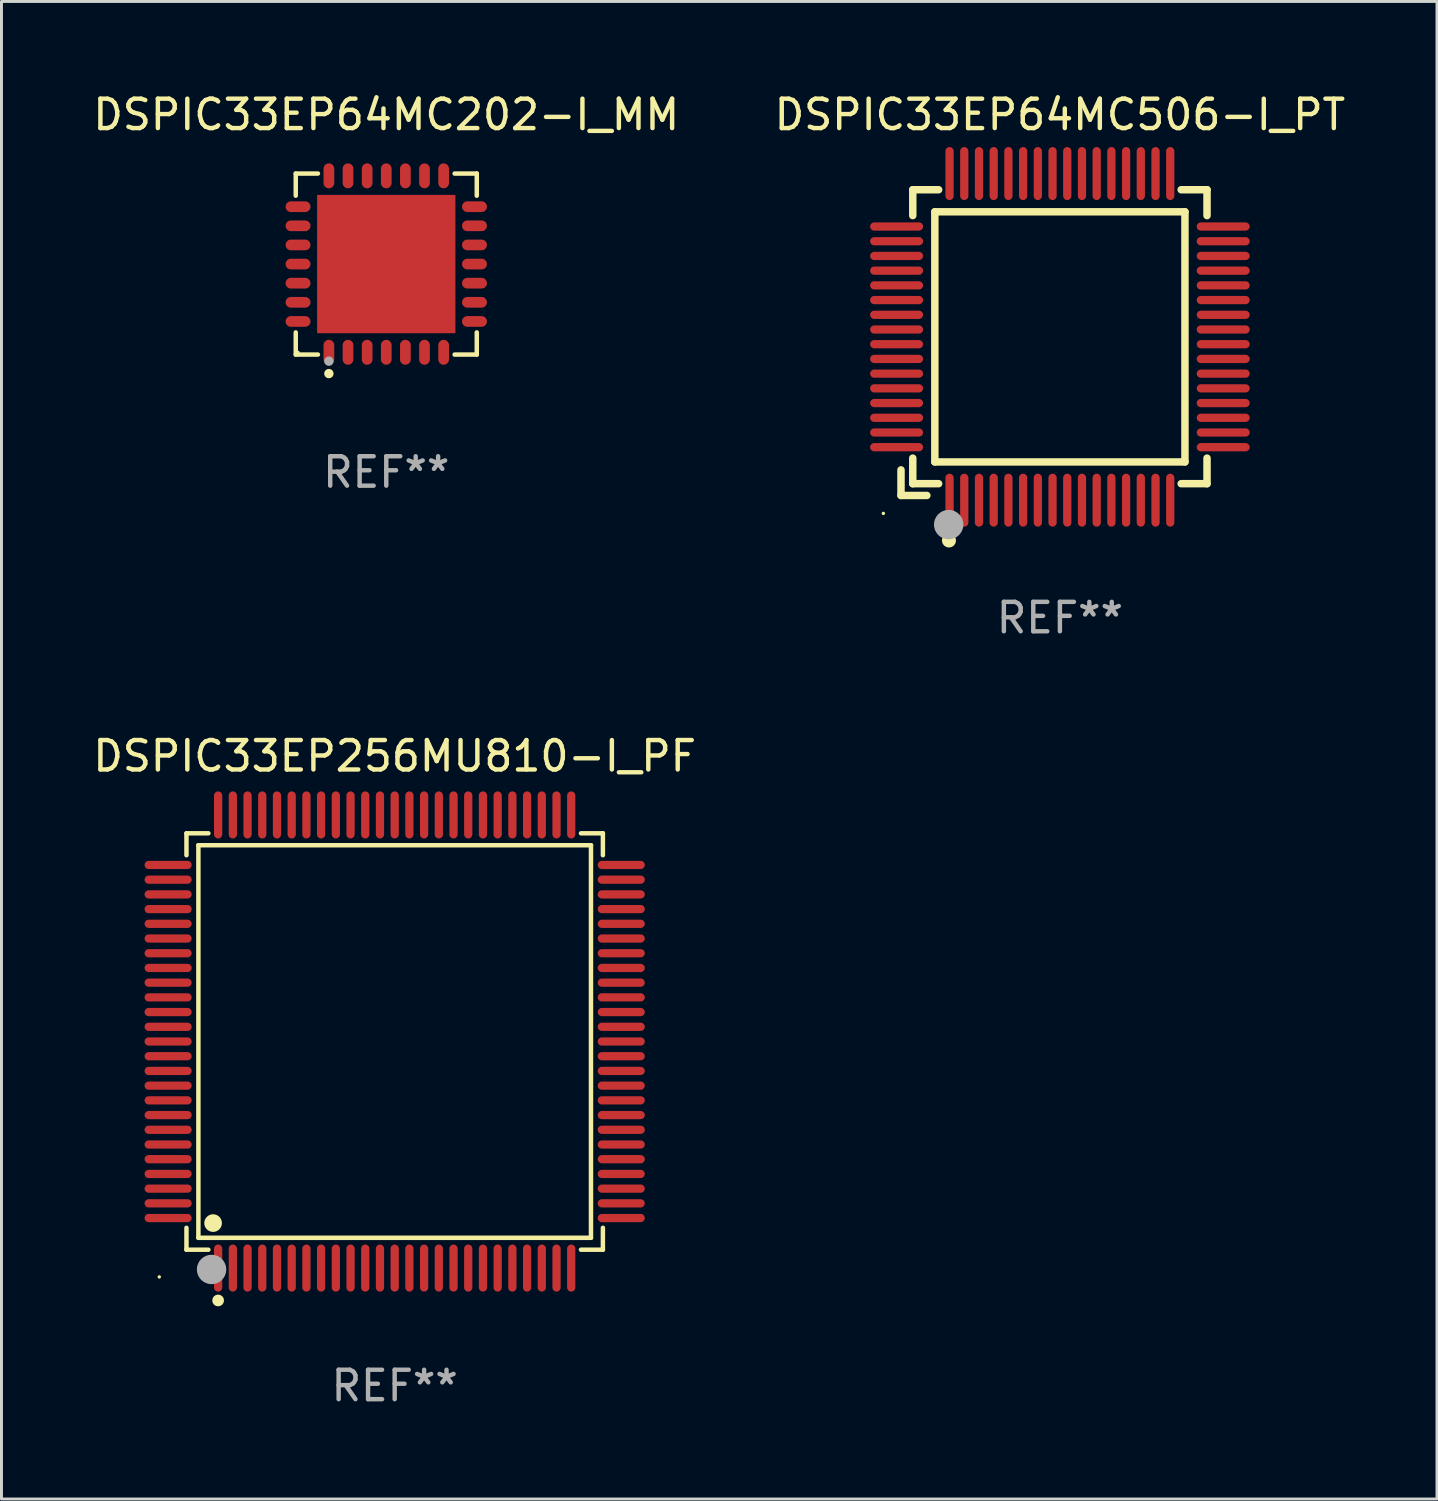
<source format=kicad_pcb>
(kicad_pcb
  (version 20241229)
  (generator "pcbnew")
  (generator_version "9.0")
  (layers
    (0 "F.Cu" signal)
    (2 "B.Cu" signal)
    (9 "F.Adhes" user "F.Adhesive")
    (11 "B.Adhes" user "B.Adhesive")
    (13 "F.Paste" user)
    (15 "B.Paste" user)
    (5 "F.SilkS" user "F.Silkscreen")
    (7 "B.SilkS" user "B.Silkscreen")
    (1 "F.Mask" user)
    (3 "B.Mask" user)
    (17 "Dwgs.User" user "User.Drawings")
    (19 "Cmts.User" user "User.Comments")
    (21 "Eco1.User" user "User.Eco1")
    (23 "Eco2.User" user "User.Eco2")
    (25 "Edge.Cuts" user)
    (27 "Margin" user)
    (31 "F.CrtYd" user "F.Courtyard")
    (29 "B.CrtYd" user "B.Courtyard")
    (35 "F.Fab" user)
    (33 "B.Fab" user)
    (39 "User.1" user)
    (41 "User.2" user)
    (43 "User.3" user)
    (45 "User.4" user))
  (footprint "DSPIC33EP64MC202-I_MM"
    (layer "F.Cu")
    (at 10.077 5.924)
    (property "Reference" "DSPIC33EP64MC202-I_MM" (at 0 -5.076 0) (layer "F.SilkS") (effects (font (size 1 1) (thickness 0.15))))
    (attr through_hole)
    (fp_line (start -3.076 -3.076) (end -2.323 -3.076) (stroke (width 0.152) (type solid)) (layer "F.SilkS"))
    (fp_line (start -3.076 -2.323) (end -3.076 -3.076) (stroke (width 0.152) (type solid)) (layer "F.SilkS"))
    (fp_line (start -3.076 2.323) (end -3.076 3.076) (stroke (width 0.152) (type solid)) (layer "F.SilkS"))
    (fp_line (start -3.076 3.076) (end -2.323 3.076) (stroke (width 0.152) (type solid)) (layer "F.SilkS"))
    (fp_line (start 3.076 -3.076) (end 2.323 -3.076) (stroke (width 0.152) (type solid)) (layer "F.SilkS"))
    (fp_line (start 3.076 -2.323) (end 3.076 -3.076) (stroke (width 0.152) (type solid)) (layer "F.SilkS"))
    (fp_line (start 3.076 2.323) (end 3.076 3.076) (stroke (width 0.152) (type solid)) (layer "F.SilkS"))
    (fp_line (start 3.076 3.076) (end 2.323 3.076) (stroke (width 0.152) (type solid)) (layer "F.SilkS"))
    (fp_circle (center -3 3) (end -2.97 3) (stroke (width 0.06) (type solid)) (fill no) (layer "F.SilkS"))
    (fp_circle (center -1.95 3.722) (end -1.87 3.722) (stroke (width 0.16) (type solid)) (fill no) (layer "F.SilkS"))
    (fp_circle (center -1.95 3.3) (end -1.87 3.3) (stroke (width 0.16) (type solid)) (fill no) (layer "F.Fab"))
    (fp_text user "REF**" (at 0 7.076 0) (layer "F.Fab") (effects (font (size 1 1) (thickness 0.15))))
    (pad "1" smd oval (at -1.95 2.998) (size 0.364 0.847) (layers "F.Cu" "F.Mask" "F.Paste"))
    (pad "2" smd oval (at -1.3 2.998) (size 0.364 0.847) (layers "F.Cu" "F.Mask" "F.Paste"))
    (pad "3" smd oval (at -0.65 2.998) (size 0.364 0.847) (layers "F.Cu" "F.Mask" "F.Paste"))
    (pad "4" smd oval (at 0 2.998) (size 0.364 0.847) (layers "F.Cu" "F.Mask" "F.Paste"))
    (pad "5" smd oval (at 0.65 2.998) (size 0.364 0.847) (layers "F.Cu" "F.Mask" "F.Paste"))
    (pad "6" smd oval (at 1.3 2.998) (size 0.364 0.847) (layers "F.Cu" "F.Mask" "F.Paste"))
    (pad "7" smd oval (at 1.95 2.998) (size 0.364 0.847) (layers "F.Cu" "F.Mask" "F.Paste"))
    (pad "8" smd oval (at 2.998 1.95) (size 0.847 0.364) (layers "F.Cu" "F.Mask" "F.Paste"))
    (pad "9" smd oval (at 2.998 1.3) (size 0.847 0.364) (layers "F.Cu" "F.Mask" "F.Paste"))
    (pad "10" smd oval (at 2.998 0.65) (size 0.847 0.364) (layers "F.Cu" "F.Mask" "F.Paste"))
    (pad "11" smd oval (at 2.998 0) (size 0.847 0.364) (layers "F.Cu" "F.Mask" "F.Paste"))
    (pad "12" smd oval (at 2.998 -0.65) (size 0.847 0.364) (layers "F.Cu" "F.Mask" "F.Paste"))
    (pad "13" smd oval (at 2.998 -1.3) (size 0.847 0.364) (layers "F.Cu" "F.Mask" "F.Paste"))
    (pad "14" smd oval (at 2.998 -1.95) (size 0.847 0.364) (layers "F.Cu" "F.Mask" "F.Paste"))
    (pad "15" smd oval (at 1.95 -2.998) (size 0.364 0.847) (layers "F.Cu" "F.Mask" "F.Paste"))
    (pad "16" smd oval (at 1.3 -2.998) (size 0.364 0.847) (layers "F.Cu" "F.Mask" "F.Paste"))
    (pad "17" smd oval (at 0.65 -2.998) (size 0.364 0.847) (layers "F.Cu" "F.Mask" "F.Paste"))
    (pad "18" smd oval (at 0 -2.998) (size 0.364 0.847) (layers "F.Cu" "F.Mask" "F.Paste"))
    (pad "19" smd oval (at -0.65 -2.998) (size 0.364 0.847) (layers "F.Cu" "F.Mask" "F.Paste"))
    (pad "20" smd oval (at -1.3 -2.998) (size 0.364 0.847) (layers "F.Cu" "F.Mask" "F.Paste"))
    (pad "21" smd oval (at -1.95 -2.998) (size 0.364 0.847) (layers "F.Cu" "F.Mask" "F.Paste"))
    (pad "22" smd oval (at -2.998 -1.95) (size 0.847 0.364) (layers "F.Cu" "F.Mask" "F.Paste"))
    (pad "23" smd oval (at -2.998 -1.3) (size 0.847 0.364) (layers "F.Cu" "F.Mask" "F.Paste"))
    (pad "24" smd oval (at -2.998 -0.65) (size 0.847 0.364) (layers "F.Cu" "F.Mask" "F.Paste"))
    (pad "25" smd oval (at -2.998 0) (size 0.847 0.364) (layers "F.Cu" "F.Mask" "F.Paste"))
    (pad "26" smd oval (at -2.998 0.65) (size 0.847 0.364) (layers "F.Cu" "F.Mask" "F.Paste"))
    (pad "27" smd oval (at -2.998 1.3) (size 0.847 0.364) (layers "F.Cu" "F.Mask" "F.Paste"))
    (pad "28" smd oval (at -2.998 1.95) (size 0.847 0.364) (layers "F.Cu" "F.Mask" "F.Paste"))
    (pad "29" smd rect (at 0 0) (size 4.7 4.7) (layers "F.Cu" "F.Mask" "F.Paste")))
  (footprint "DSPIC33EP256MU810-I_PF"
    (layer "F.Cu")
    (at 10.363 32.345)
    (property "Reference" "DSPIC33EP256MU810-I_PF" (at 0 -9.7 0) (layer "F.SilkS") (effects (font (size 1 1) (thickness 0.15))))
    (attr through_hole)
    (fp_line (start -7.076 -7.076) (end -6.331 -7.076) (stroke (width 0.152) (type solid)) (layer "F.SilkS"))
    (fp_line (start -7.076 -6.331) (end -7.076 -7.076) (stroke (width 0.152) (type solid)) (layer "F.SilkS"))
    (fp_line (start -7.076 6.331) (end -7.076 7.076) (stroke (width 0.152) (type solid)) (layer "F.SilkS"))
    (fp_line (start -7.076 7.076) (end -6.331 7.076) (stroke (width 0.152) (type solid)) (layer "F.SilkS"))
    (fp_line (start -6.671 -6.671) (end 6.671 -6.671) (stroke (width 0.152) (type solid)) (layer "F.SilkS"))
    (fp_line (start -6.671 6.671) (end -6.671 -6.671) (stroke (width 0.152) (type solid)) (layer "F.SilkS"))
    (fp_line (start 6.671 -6.671) (end 6.671 6.671) (stroke (width 0.152) (type solid)) (layer "F.SilkS"))
    (fp_line (start 6.671 6.671) (end -6.671 6.671) (stroke (width 0.152) (type solid)) (layer "F.SilkS"))
    (fp_line (start 7.076 -7.076) (end 6.331 -7.076) (stroke (width 0.152) (type solid)) (layer "F.SilkS"))
    (fp_line (start 7.076 -6.331) (end 7.076 -7.076) (stroke (width 0.152) (type solid)) (layer "F.SilkS"))
    (fp_line (start 7.076 6.331) (end 7.076 7.076) (stroke (width 0.152) (type solid)) (layer "F.SilkS"))
    (fp_line (start 7.076 7.076) (end 6.331 7.076) (stroke (width 0.152) (type solid)) (layer "F.SilkS"))
    (fp_circle (center -8 8) (end -7.97 8) (stroke (width 0.06) (type solid)) (fill no) (layer "F.SilkS"))
    (fp_circle (center -6.171 6.171) (end -6.021 6.171) (stroke (width 0.3) (type solid)) (fill no) (layer "F.SilkS"))
    (fp_circle (center -6 8.8) (end -5.9 8.8) (stroke (width 0.2) (type solid)) (fill no) (layer "F.SilkS"))
    (fp_circle (center -6.223 7.747) (end -5.973 7.747) (stroke (width 0.5) (type solid)) (fill no) (layer "F.Fab"))
    (fp_text user "REF**" (at 0 11.7 0) (layer "F.Fab") (effects (font (size 1 1) (thickness 0.15))))
    (pad "1" smd oval (at -6 7.7) (size 0.28 1.6) (layers "F.Cu" "F.Mask" "F.Paste"))
    (pad "2" smd oval (at -5.5 7.7) (size 0.28 1.6) (layers "F.Cu" "F.Mask" "F.Paste"))
    (pad "3" smd oval (at -5 7.7) (size 0.28 1.6) (layers "F.Cu" "F.Mask" "F.Paste"))
    (pad "4" smd oval (at -4.5 7.7) (size 0.28 1.6) (layers "F.Cu" "F.Mask" "F.Paste"))
    (pad "5" smd oval (at -4 7.7) (size 0.28 1.6) (layers "F.Cu" "F.Mask" "F.Paste"))
    (pad "6" smd oval (at -3.5 7.7) (size 0.28 1.6) (layers "F.Cu" "F.Mask" "F.Paste"))
    (pad "7" smd oval (at -3 7.7) (size 0.28 1.6) (layers "F.Cu" "F.Mask" "F.Paste"))
    (pad "8" smd oval (at -2.5 7.7) (size 0.28 1.6) (layers "F.Cu" "F.Mask" "F.Paste"))
    (pad "9" smd oval (at -2 7.7) (size 0.28 1.6) (layers "F.Cu" "F.Mask" "F.Paste"))
    (pad "10" smd oval (at -1.5 7.7) (size 0.28 1.6) (layers "F.Cu" "F.Mask" "F.Paste"))
    (pad "11" smd oval (at -1 7.7) (size 0.28 1.6) (layers "F.Cu" "F.Mask" "F.Paste"))
    (pad "12" smd oval (at -0.5 7.7) (size 0.28 1.6) (layers "F.Cu" "F.Mask" "F.Paste"))
    (pad "13" smd oval (at 0 7.7) (size 0.28 1.6) (layers "F.Cu" "F.Mask" "F.Paste"))
    (pad "14" smd oval (at 0.5 7.7) (size 0.28 1.6) (layers "F.Cu" "F.Mask" "F.Paste"))
    (pad "15" smd oval (at 1 7.7) (size 0.28 1.6) (layers "F.Cu" "F.Mask" "F.Paste"))
    (pad "16" smd oval (at 1.5 7.7) (size 0.28 1.6) (layers "F.Cu" "F.Mask" "F.Paste"))
    (pad "17" smd oval (at 2 7.7) (size 0.28 1.6) (layers "F.Cu" "F.Mask" "F.Paste"))
    (pad "18" smd oval (at 2.5 7.7) (size 0.28 1.6) (layers "F.Cu" "F.Mask" "F.Paste"))
    (pad "19" smd oval (at 3 7.7) (size 0.28 1.6) (layers "F.Cu" "F.Mask" "F.Paste"))
    (pad "20" smd oval (at 3.5 7.7) (size 0.28 1.6) (layers "F.Cu" "F.Mask" "F.Paste"))
    (pad "21" smd oval (at 4 7.7) (size 0.28 1.6) (layers "F.Cu" "F.Mask" "F.Paste"))
    (pad "22" smd oval (at 4.5 7.7) (size 0.28 1.6) (layers "F.Cu" "F.Mask" "F.Paste"))
    (pad "23" smd oval (at 5 7.7) (size 0.28 1.6) (layers "F.Cu" "F.Mask" "F.Paste"))
    (pad "24" smd oval (at 5.5 7.7) (size 0.28 1.6) (layers "F.Cu" "F.Mask" "F.Paste"))
    (pad "25" smd oval (at 6 7.7) (size 0.28 1.6) (layers "F.Cu" "F.Mask" "F.Paste"))
    (pad "26" smd oval (at 7.7 6) (size 1.6 0.28) (layers "F.Cu" "F.Mask" "F.Paste"))
    (pad "27" smd oval (at 7.7 5.5) (size 1.6 0.28) (layers "F.Cu" "F.Mask" "F.Paste"))
    (pad "28" smd oval (at 7.7 5) (size 1.6 0.28) (layers "F.Cu" "F.Mask" "F.Paste"))
    (pad "29" smd oval (at 7.7 4.5) (size 1.6 0.28) (layers "F.Cu" "F.Mask" "F.Paste"))
    (pad "30" smd oval (at 7.7 4) (size 1.6 0.28) (layers "F.Cu" "F.Mask" "F.Paste"))
    (pad "31" smd oval (at 7.7 3.5) (size 1.6 0.28) (layers "F.Cu" "F.Mask" "F.Paste"))
    (pad "32" smd oval (at 7.7 3) (size 1.6 0.28) (layers "F.Cu" "F.Mask" "F.Paste"))
    (pad "33" smd oval (at 7.7 2.5) (size 1.6 0.28) (layers "F.Cu" "F.Mask" "F.Paste"))
    (pad "34" smd oval (at 7.7 2) (size 1.6 0.28) (layers "F.Cu" "F.Mask" "F.Paste"))
    (pad "35" smd oval (at 7.7 1.5) (size 1.6 0.28) (layers "F.Cu" "F.Mask" "F.Paste"))
    (pad "36" smd oval (at 7.7 1) (size 1.6 0.28) (layers "F.Cu" "F.Mask" "F.Paste"))
    (pad "37" smd oval (at 7.7 0.5) (size 1.6 0.28) (layers "F.Cu" "F.Mask" "F.Paste"))
    (pad "38" smd oval (at 7.7 0) (size 1.6 0.28) (layers "F.Cu" "F.Mask" "F.Paste"))
    (pad "39" smd oval (at 7.7 -0.5) (size 1.6 0.28) (layers "F.Cu" "F.Mask" "F.Paste"))
    (pad "40" smd oval (at 7.7 -1) (size 1.6 0.28) (layers "F.Cu" "F.Mask" "F.Paste"))
    (pad "41" smd oval (at 7.7 -1.5) (size 1.6 0.28) (layers "F.Cu" "F.Mask" "F.Paste"))
    (pad "42" smd oval (at 7.7 -2) (size 1.6 0.28) (layers "F.Cu" "F.Mask" "F.Paste"))
    (pad "43" smd oval (at 7.7 -2.5) (size 1.6 0.28) (layers "F.Cu" "F.Mask" "F.Paste"))
    (pad "44" smd oval (at 7.7 -3) (size 1.6 0.28) (layers "F.Cu" "F.Mask" "F.Paste"))
    (pad "45" smd oval (at 7.7 -3.5) (size 1.6 0.28) (layers "F.Cu" "F.Mask" "F.Paste"))
    (pad "46" smd oval (at 7.7 -4) (size 1.6 0.28) (layers "F.Cu" "F.Mask" "F.Paste"))
    (pad "47" smd oval (at 7.7 -4.5) (size 1.6 0.28) (layers "F.Cu" "F.Mask" "F.Paste"))
    (pad "48" smd oval (at 7.7 -5) (size 1.6 0.28) (layers "F.Cu" "F.Mask" "F.Paste"))
    (pad "49" smd oval (at 7.7 -5.5) (size 1.6 0.28) (layers "F.Cu" "F.Mask" "F.Paste"))
    (pad "50" smd oval (at 7.7 -6) (size 1.6 0.28) (layers "F.Cu" "F.Mask" "F.Paste"))
    (pad "51" smd oval (at 6 -7.7) (size 0.28 1.6) (layers "F.Cu" "F.Mask" "F.Paste"))
    (pad "52" smd oval (at 5.5 -7.7) (size 0.28 1.6) (layers "F.Cu" "F.Mask" "F.Paste"))
    (pad "53" smd oval (at 5 -7.7) (size 0.28 1.6) (layers "F.Cu" "F.Mask" "F.Paste"))
    (pad "54" smd oval (at 4.5 -7.7) (size 0.28 1.6) (layers "F.Cu" "F.Mask" "F.Paste"))
    (pad "55" smd oval (at 4 -7.7) (size 0.28 1.6) (layers "F.Cu" "F.Mask" "F.Paste"))
    (pad "56" smd oval (at 3.5 -7.7) (size 0.28 1.6) (layers "F.Cu" "F.Mask" "F.Paste"))
    (pad "57" smd oval (at 3 -7.7) (size 0.28 1.6) (layers "F.Cu" "F.Mask" "F.Paste"))
    (pad "58" smd oval (at 2.5 -7.7) (size 0.28 1.6) (layers "F.Cu" "F.Mask" "F.Paste"))
    (pad "59" smd oval (at 2 -7.7) (size 0.28 1.6) (layers "F.Cu" "F.Mask" "F.Paste"))
    (pad "60" smd oval (at 1.5 -7.7) (size 0.28 1.6) (layers "F.Cu" "F.Mask" "F.Paste"))
    (pad "61" smd oval (at 1 -7.7) (size 0.28 1.6) (layers "F.Cu" "F.Mask" "F.Paste"))
    (pad "62" smd oval (at 0.5 -7.7) (size 0.28 1.6) (layers "F.Cu" "F.Mask" "F.Paste"))
    (pad "63" smd oval (at 0 -7.7) (size 0.28 1.6) (layers "F.Cu" "F.Mask" "F.Paste"))
    (pad "64" smd oval (at -0.5 -7.7) (size 0.28 1.6) (layers "F.Cu" "F.Mask" "F.Paste"))
    (pad "65" smd oval (at -1 -7.7) (size 0.28 1.6) (layers "F.Cu" "F.Mask" "F.Paste"))
    (pad "66" smd oval (at -1.5 -7.7) (size 0.28 1.6) (layers "F.Cu" "F.Mask" "F.Paste"))
    (pad "67" smd oval (at -2 -7.7) (size 0.28 1.6) (layers "F.Cu" "F.Mask" "F.Paste"))
    (pad "68" smd oval (at -2.5 -7.7) (size 0.28 1.6) (layers "F.Cu" "F.Mask" "F.Paste"))
    (pad "69" smd oval (at -3 -7.7) (size 0.28 1.6) (layers "F.Cu" "F.Mask" "F.Paste"))
    (pad "70" smd oval (at -3.5 -7.7) (size 0.28 1.6) (layers "F.Cu" "F.Mask" "F.Paste"))
    (pad "71" smd oval (at -4 -7.7) (size 0.28 1.6) (layers "F.Cu" "F.Mask" "F.Paste"))
    (pad "72" smd oval (at -4.5 -7.7) (size 0.28 1.6) (layers "F.Cu" "F.Mask" "F.Paste"))
    (pad "73" smd oval (at -5 -7.7) (size 0.28 1.6) (layers "F.Cu" "F.Mask" "F.Paste"))
    (pad "74" smd oval (at -5.5 -7.7) (size 0.28 1.6) (layers "F.Cu" "F.Mask" "F.Paste"))
    (pad "75" smd oval (at -6 -7.7) (size 0.28 1.6) (layers "F.Cu" "F.Mask" "F.Paste"))
    (pad "76" smd oval (at -7.7 -6) (size 1.6 0.28) (layers "F.Cu" "F.Mask" "F.Paste"))
    (pad "77" smd oval (at -7.7 -5.5) (size 1.6 0.28) (layers "F.Cu" "F.Mask" "F.Paste"))
    (pad "78" smd oval (at -7.7 -5) (size 1.6 0.28) (layers "F.Cu" "F.Mask" "F.Paste"))
    (pad "79" smd oval (at -7.7 -4.5) (size 1.6 0.28) (layers "F.Cu" "F.Mask" "F.Paste"))
    (pad "80" smd oval (at -7.7 -4) (size 1.6 0.28) (layers "F.Cu" "F.Mask" "F.Paste"))
    (pad "81" smd oval (at -7.7 -3.5) (size 1.6 0.28) (layers "F.Cu" "F.Mask" "F.Paste"))
    (pad "82" smd oval (at -7.7 -3) (size 1.6 0.28) (layers "F.Cu" "F.Mask" "F.Paste"))
    (pad "83" smd oval (at -7.7 -2.5) (size 1.6 0.28) (layers "F.Cu" "F.Mask" "F.Paste"))
    (pad "84" smd oval (at -7.7 -2) (size 1.6 0.28) (layers "F.Cu" "F.Mask" "F.Paste"))
    (pad "85" smd oval (at -7.7 -1.5) (size 1.6 0.28) (layers "F.Cu" "F.Mask" "F.Paste"))
    (pad "86" smd oval (at -7.7 -1) (size 1.6 0.28) (layers "F.Cu" "F.Mask" "F.Paste"))
    (pad "87" smd oval (at -7.7 -0.5) (size 1.6 0.28) (layers "F.Cu" "F.Mask" "F.Paste"))
    (pad "88" smd oval (at -7.7 0) (size 1.6 0.28) (layers "F.Cu" "F.Mask" "F.Paste"))
    (pad "89" smd oval (at -7.7 0.5) (size 1.6 0.28) (layers "F.Cu" "F.Mask" "F.Paste"))
    (pad "90" smd oval (at -7.7 1) (size 1.6 0.28) (layers "F.Cu" "F.Mask" "F.Paste"))
    (pad "91" smd oval (at -7.7 1.5) (size 1.6 0.28) (layers "F.Cu" "F.Mask" "F.Paste"))
    (pad "92" smd oval (at -7.7 2) (size 1.6 0.28) (layers "F.Cu" "F.Mask" "F.Paste"))
    (pad "93" smd oval (at -7.7 2.5) (size 1.6 0.28) (layers "F.Cu" "F.Mask" "F.Paste"))
    (pad "94" smd oval (at -7.7 3) (size 1.6 0.28) (layers "F.Cu" "F.Mask" "F.Paste"))
    (pad "95" smd oval (at -7.7 3.5) (size 1.6 0.28) (layers "F.Cu" "F.Mask" "F.Paste"))
    (pad "96" smd oval (at -7.7 4) (size 1.6 0.28) (layers "F.Cu" "F.Mask" "F.Paste"))
    (pad "97" smd oval (at -7.7 4.5) (size 1.6 0.28) (layers "F.Cu" "F.Mask" "F.Paste"))
    (pad "98" smd oval (at -7.7 5) (size 1.6 0.28) (layers "F.Cu" "F.Mask" "F.Paste"))
    (pad "99" smd oval (at -7.7 5.5) (size 1.6 0.28) (layers "F.Cu" "F.Mask" "F.Paste"))
    (pad "100" smd oval (at -7.7 6) (size 1.6 0.28) (layers "F.Cu" "F.Mask" "F.Paste")))
  (footprint "DSPIC33EP64MC506-I_PT"
    (layer "F.Cu")
    (at 32.97 8.398)
    (property "Reference" "DSPIC33EP64MC506-I_PT" (at 0 -7.55 0) (layer "F.SilkS") (effects (font (size 1 1) (thickness 0.15))))
    (attr through_hole)
    (fp_line (start -5.4 4.521) (end -5.4 5.39) (stroke (width 0.254) (type solid)) (layer "F.SilkS"))
    (fp_line (start -5.4 5.39) (end -4.521 5.39) (stroke (width 0.254) (type solid)) (layer "F.SilkS"))
    (fp_line (start -5 -5) (end -5 -4.121) (stroke (width 0.254) (type solid)) (layer "F.SilkS"))
    (fp_line (start -5 4.121) (end -5 4.99) (stroke (width 0.254) (type solid)) (layer "F.SilkS"))
    (fp_line (start -5 4.99) (end -4.121 4.99) (stroke (width 0.254) (type solid)) (layer "F.SilkS"))
    (fp_line (start -4.25 -4.25) (end -4.25 4.25) (stroke (width 0.254) (type solid)) (layer "F.SilkS"))
    (fp_line (start -4.25 4.25) (end 4.25 4.25) (stroke (width 0.254) (type solid)) (layer "F.SilkS"))
    (fp_line (start -4.121 -5) (end -5 -5) (stroke (width 0.254) (type solid)) (layer "F.SilkS"))
    (fp_line (start 4.121 4.99) (end 5 4.99) (stroke (width 0.254) (type solid)) (layer "F.SilkS"))
    (fp_line (start 4.25 -4.25) (end -4.25 -4.25) (stroke (width 0.254) (type solid)) (layer "F.SilkS"))
    (fp_line (start 4.25 4.25) (end 4.25 -4.25) (stroke (width 0.254) (type solid)) (layer "F.SilkS"))
    (fp_line (start 5 -5) (end 4.121 -5) (stroke (width 0.254) (type solid)) (layer "F.SilkS"))
    (fp_line (start 5 -4.121) (end 5 -5) (stroke (width 0.254) (type solid)) (layer "F.SilkS"))
    (fp_line (start 5 4.99) (end 5 4.121) (stroke (width 0.254) (type solid)) (layer "F.SilkS"))
    (fp_circle (center -6 6) (end -5.97 6) (stroke (width 0.06) (type solid)) (fill no) (layer "F.SilkS"))
    (fp_circle (center -3.77 6.92) (end -3.65 6.92) (stroke (width 0.24) (type solid)) (fill no) (layer "F.SilkS"))
    (fp_circle (center -3.78 6.38) (end -3.53 6.38) (stroke (width 0.5) (type solid)) (fill no) (layer "F.Fab"))
    (fp_text user "REF**" (at 0 9.55 0) (layer "F.Fab") (effects (font (size 1 1) (thickness 0.15))))
    (pad "1" smd oval (at -3.75 5.55) (size 0.28 1.8) (layers "F.Cu" "F.Mask" "F.Paste"))
    (pad "2" smd oval (at -3.25 5.55) (size 0.28 1.8) (layers "F.Cu" "F.Mask" "F.Paste"))
    (pad "3" smd oval (at -2.75 5.55) (size 0.28 1.8) (layers "F.Cu" "F.Mask" "F.Paste"))
    (pad "4" smd oval (at -2.25 5.55) (size 0.28 1.8) (layers "F.Cu" "F.Mask" "F.Paste"))
    (pad "5" smd oval (at -1.75 5.55) (size 0.28 1.8) (layers "F.Cu" "F.Mask" "F.Paste"))
    (pad "6" smd oval (at -1.25 5.55) (size 0.28 1.8) (layers "F.Cu" "F.Mask" "F.Paste"))
    (pad "7" smd oval (at -0.75 5.55) (size 0.28 1.8) (layers "F.Cu" "F.Mask" "F.Paste"))
    (pad "8" smd oval (at -0.25 5.55) (size 0.28 1.8) (layers "F.Cu" "F.Mask" "F.Paste"))
    (pad "9" smd oval (at 0.25 5.55) (size 0.28 1.8) (layers "F.Cu" "F.Mask" "F.Paste"))
    (pad "10" smd oval (at 0.75 5.55) (size 0.28 1.8) (layers "F.Cu" "F.Mask" "F.Paste"))
    (pad "11" smd oval (at 1.25 5.55) (size 0.28 1.8) (layers "F.Cu" "F.Mask" "F.Paste"))
    (pad "12" smd oval (at 1.75 5.55) (size 0.28 1.8) (layers "F.Cu" "F.Mask" "F.Paste"))
    (pad "13" smd oval (at 2.25 5.55) (size 0.28 1.8) (layers "F.Cu" "F.Mask" "F.Paste"))
    (pad "14" smd oval (at 2.75 5.55) (size 0.28 1.8) (layers "F.Cu" "F.Mask" "F.Paste"))
    (pad "15" smd oval (at 3.25 5.55) (size 0.28 1.8) (layers "F.Cu" "F.Mask" "F.Paste"))
    (pad "16" smd oval (at 3.75 5.55) (size 0.28 1.8) (layers "F.Cu" "F.Mask" "F.Paste"))
    (pad "17" smd oval (at 5.55 3.75) (size 1.8 0.28) (layers "F.Cu" "F.Mask" "F.Paste"))
    (pad "18" smd oval (at 5.55 3.25) (size 1.8 0.28) (layers "F.Cu" "F.Mask" "F.Paste"))
    (pad "19" smd oval (at 5.55 2.75) (size 1.8 0.28) (layers "F.Cu" "F.Mask" "F.Paste"))
    (pad "20" smd oval (at 5.55 2.25) (size 1.8 0.28) (layers "F.Cu" "F.Mask" "F.Paste"))
    (pad "21" smd oval (at 5.55 1.75) (size 1.8 0.28) (layers "F.Cu" "F.Mask" "F.Paste"))
    (pad "22" smd oval (at 5.55 1.25) (size 1.8 0.28) (layers "F.Cu" "F.Mask" "F.Paste"))
    (pad "23" smd oval (at 5.55 0.75) (size 1.8 0.28) (layers "F.Cu" "F.Mask" "F.Paste"))
    (pad "24" smd oval (at 5.55 0.25) (size 1.8 0.28) (layers "F.Cu" "F.Mask" "F.Paste"))
    (pad "25" smd oval (at 5.55 -0.25) (size 1.8 0.28) (layers "F.Cu" "F.Mask" "F.Paste"))
    (pad "26" smd oval (at 5.55 -0.75) (size 1.8 0.28) (layers "F.Cu" "F.Mask" "F.Paste"))
    (pad "27" smd oval (at 5.55 -1.25) (size 1.8 0.28) (layers "F.Cu" "F.Mask" "F.Paste"))
    (pad "28" smd oval (at 5.55 -1.75) (size 1.8 0.28) (layers "F.Cu" "F.Mask" "F.Paste"))
    (pad "29" smd oval (at 5.55 -2.25) (size 1.8 0.28) (layers "F.Cu" "F.Mask" "F.Paste"))
    (pad "30" smd oval (at 5.55 -2.75) (size 1.8 0.28) (layers "F.Cu" "F.Mask" "F.Paste"))
    (pad "31" smd oval (at 5.55 -3.25) (size 1.8 0.28) (layers "F.Cu" "F.Mask" "F.Paste"))
    (pad "32" smd oval (at 5.55 -3.75) (size 1.8 0.28) (layers "F.Cu" "F.Mask" "F.Paste"))
    (pad "33" smd oval (at 3.75 -5.55) (size 0.28 1.8) (layers "F.Cu" "F.Mask" "F.Paste"))
    (pad "34" smd oval (at 3.25 -5.55) (size 0.28 1.8) (layers "F.Cu" "F.Mask" "F.Paste"))
    (pad "35" smd oval (at 2.75 -5.55) (size 0.28 1.8) (layers "F.Cu" "F.Mask" "F.Paste"))
    (pad "36" smd oval (at 2.25 -5.55) (size 0.28 1.8) (layers "F.Cu" "F.Mask" "F.Paste"))
    (pad "37" smd oval (at 1.75 -5.55) (size 0.28 1.8) (layers "F.Cu" "F.Mask" "F.Paste"))
    (pad "38" smd oval (at 1.25 -5.55) (size 0.28 1.8) (layers "F.Cu" "F.Mask" "F.Paste"))
    (pad "39" smd oval (at 0.75 -5.55) (size 0.28 1.8) (layers "F.Cu" "F.Mask" "F.Paste"))
    (pad "40" smd oval (at 0.25 -5.55) (size 0.28 1.8) (layers "F.Cu" "F.Mask" "F.Paste"))
    (pad "41" smd oval (at -0.25 -5.55) (size 0.28 1.8) (layers "F.Cu" "F.Mask" "F.Paste"))
    (pad "42" smd oval (at -0.75 -5.55) (size 0.28 1.8) (layers "F.Cu" "F.Mask" "F.Paste"))
    (pad "43" smd oval (at -1.25 -5.55) (size 0.28 1.8) (layers "F.Cu" "F.Mask" "F.Paste"))
    (pad "44" smd oval (at -1.75 -5.55) (size 0.28 1.8) (layers "F.Cu" "F.Mask" "F.Paste"))
    (pad "45" smd oval (at -2.25 -5.55) (size 0.28 1.8) (layers "F.Cu" "F.Mask" "F.Paste"))
    (pad "46" smd oval (at -2.75 -5.55) (size 0.28 1.8) (layers "F.Cu" "F.Mask" "F.Paste"))
    (pad "47" smd oval (at -3.25 -5.55) (size 0.28 1.8) (layers "F.Cu" "F.Mask" "F.Paste"))
    (pad "48" smd oval (at -3.75 -5.55) (size 0.28 1.8) (layers "F.Cu" "F.Mask" "F.Paste"))
    (pad "49" smd oval (at -5.55 -3.75) (size 1.8 0.28) (layers "F.Cu" "F.Mask" "F.Paste"))
    (pad "50" smd oval (at -5.55 -3.25) (size 1.8 0.28) (layers "F.Cu" "F.Mask" "F.Paste"))
    (pad "51" smd oval (at -5.55 -2.75) (size 1.8 0.28) (layers "F.Cu" "F.Mask" "F.Paste"))
    (pad "52" smd oval (at -5.55 -2.25) (size 1.8 0.28) (layers "F.Cu" "F.Mask" "F.Paste"))
    (pad "53" smd oval (at -5.55 -1.75) (size 1.8 0.28) (layers "F.Cu" "F.Mask" "F.Paste"))
    (pad "54" smd oval (at -5.55 -1.25) (size 1.8 0.28) (layers "F.Cu" "F.Mask" "F.Paste"))
    (pad "55" smd oval (at -5.55 -0.75) (size 1.8 0.28) (layers "F.Cu" "F.Mask" "F.Paste"))
    (pad "56" smd oval (at -5.55 -0.25) (size 1.8 0.28) (layers "F.Cu" "F.Mask" "F.Paste"))
    (pad "57" smd oval (at -5.55 0.25) (size 1.8 0.28) (layers "F.Cu" "F.Mask" "F.Paste"))
    (pad "58" smd oval (at -5.55 0.75) (size 1.8 0.28) (layers "F.Cu" "F.Mask" "F.Paste"))
    (pad "59" smd oval (at -5.55 1.25) (size 1.8 0.28) (layers "F.Cu" "F.Mask" "F.Paste"))
    (pad "60" smd oval (at -5.55 1.75) (size 1.8 0.28) (layers "F.Cu" "F.Mask" "F.Paste"))
    (pad "61" smd oval (at -5.55 2.25) (size 1.8 0.28) (layers "F.Cu" "F.Mask" "F.Paste"))
    (pad "62" smd oval (at -5.55 2.75) (size 1.8 0.28) (layers "F.Cu" "F.Mask" "F.Paste"))
    (pad "63" smd oval (at -5.55 3.25) (size 1.8 0.28) (layers "F.Cu" "F.Mask" "F.Paste"))
    (pad "64" smd oval (at -5.55 3.75) (size 1.8 0.28) (layers "F.Cu" "F.Mask" "F.Paste")))
  (gr_rect
    (start -3 -3)
    (end 45.786 47.893)
    (stroke (width 0.1) (type default))
    (fill no)
    (layer "Edge.Cuts")))
</source>
